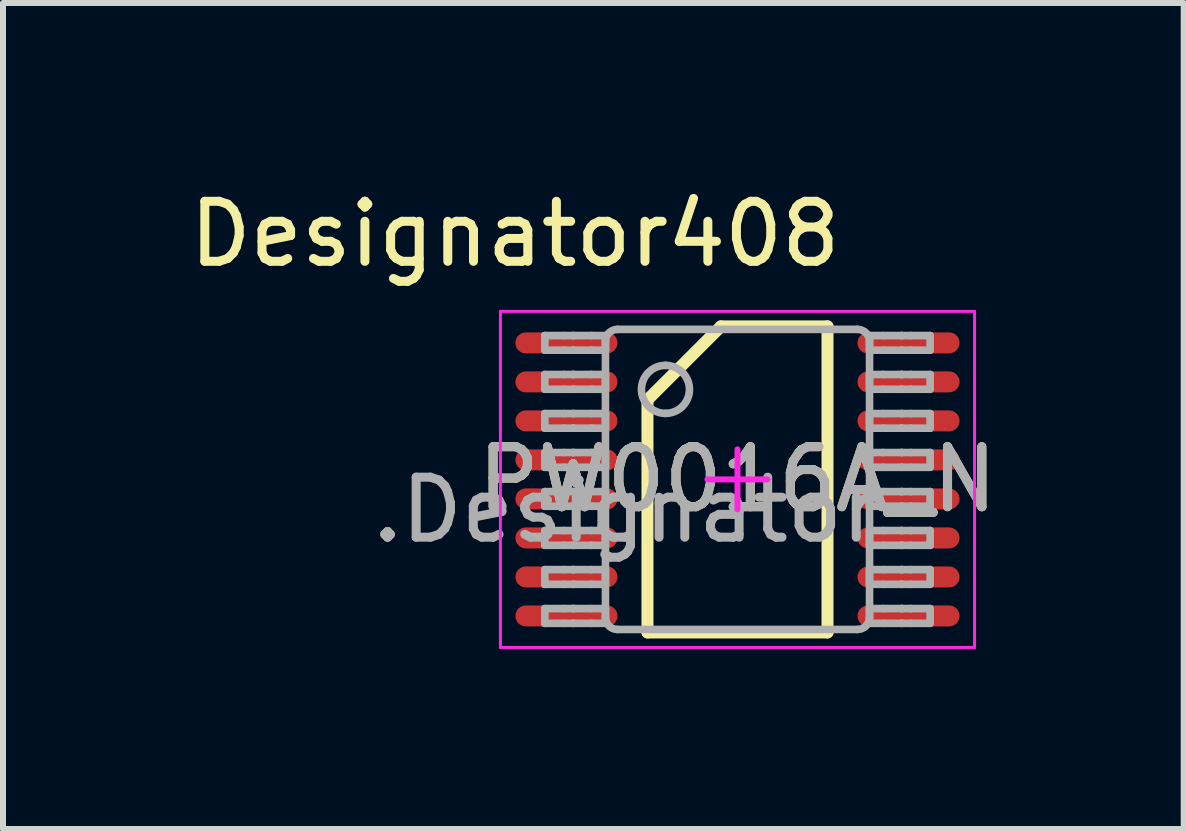
<source format=kicad_pcb>
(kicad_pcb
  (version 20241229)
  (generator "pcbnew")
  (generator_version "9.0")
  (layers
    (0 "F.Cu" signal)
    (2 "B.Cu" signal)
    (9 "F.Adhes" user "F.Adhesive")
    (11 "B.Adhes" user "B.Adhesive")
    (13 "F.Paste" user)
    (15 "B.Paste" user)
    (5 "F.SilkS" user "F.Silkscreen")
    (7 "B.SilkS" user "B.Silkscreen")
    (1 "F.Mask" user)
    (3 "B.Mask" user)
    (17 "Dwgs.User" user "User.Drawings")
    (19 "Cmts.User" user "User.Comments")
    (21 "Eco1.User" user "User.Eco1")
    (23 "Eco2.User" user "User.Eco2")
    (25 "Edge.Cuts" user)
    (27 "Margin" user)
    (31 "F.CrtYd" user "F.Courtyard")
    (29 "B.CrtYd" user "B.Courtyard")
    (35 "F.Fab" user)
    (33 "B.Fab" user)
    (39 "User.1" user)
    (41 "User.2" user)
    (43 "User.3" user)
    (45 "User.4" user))
  (footprint "PW0016A_N"
    (layer "F.Cu")
    (at 9.238 4.938)
    (property "Reference" "PW0016A_N" (at 0 0 0) (unlocked yes) (layer "F.SilkS") (effects (font (size 1 1) (thickness 0.15))))
    (attr smd)
    (fp_line (start -1.5 -1.325) (end -0.275 -2.55) (stroke (width 0.2) (type solid)) (layer "F.SilkS"))
    (fp_line (start -1.5 2.55) (end -1.5 -1.325) (stroke (width 0.2) (type solid)) (layer "F.SilkS"))
    (fp_line (start -1.5 2.55) (end 1.5 2.55) (stroke (width 0.2) (type solid)) (layer "F.SilkS"))
    (fp_line (start -0.275 -2.55) (end 1.5 -2.55) (stroke (width 0.2) (type solid)) (layer "F.SilkS"))
    (fp_line (start 1.5 2.55) (end 1.5 -2.55) (stroke (width 0.2) (type solid)) (layer "F.SilkS"))
    (fp_line (start -3.95 -2.8) (end 3.95 -2.8) (stroke (width 0.05) (type solid)) (layer "F.CrtYd"))
    (fp_line (start -3.95 2.8) (end -3.95 -2.8) (stroke (width 0.05) (type solid)) (layer "F.CrtYd"))
    (fp_line (start -3.95 2.8) (end 3.95 2.8) (stroke (width 0.05) (type solid)) (layer "F.CrtYd"))
    (fp_line (start -0.5 -0.000003) (end 0.5 -0.000003) (stroke (width 0.1) (type solid)) (layer "F.CrtYd"))
    (fp_line (start 0 0.5) (end 0 -0.5) (stroke (width 0.1) (type solid)) (layer "F.CrtYd"))
    (fp_line (start 3.95 2.8) (end 3.95 -2.8) (stroke (width 0.05) (type solid)) (layer "F.CrtYd"))
    (fp_line (start -3.21 -2.397) (end -2.887 -2.397) (stroke (width 0.127) (type solid)) (layer "F.Fab"))
    (fp_line (start -3.21 -2.153) (end -3.21 -2.397) (stroke (width 0.127) (type solid)) (layer "F.Fab"))
    (fp_line (start -3.21 -2.153) (end -2.887 -2.153) (stroke (width 0.127) (type solid)) (layer "F.Fab"))
    (fp_line (start -3.21 -1.748) (end -2.887 -1.748) (stroke (width 0.127) (type solid)) (layer "F.Fab"))
    (fp_line (start -3.21 -1.502) (end -3.21 -1.748) (stroke (width 0.127) (type solid)) (layer "F.Fab"))
    (fp_line (start -3.21 -1.502) (end -2.887 -1.502) (stroke (width 0.127) (type solid)) (layer "F.Fab"))
    (fp_line (start -3.21 -1.097) (end -2.887 -1.097) (stroke (width 0.127) (type solid)) (layer "F.Fab"))
    (fp_line (start -3.21 -0.853) (end -3.21 -1.097) (stroke (width 0.127) (type solid)) (layer "F.Fab"))
    (fp_line (start -3.21 -0.853) (end -2.887 -0.853) (stroke (width 0.127) (type solid)) (layer "F.Fab"))
    (fp_line (start -3.21 -0.448) (end -2.887 -0.448) (stroke (width 0.127) (type solid)) (layer "F.Fab"))
    (fp_line (start -3.21 -0.202) (end -3.21 -0.448) (stroke (width 0.127) (type solid)) (layer "F.Fab"))
    (fp_line (start -3.21 -0.202) (end -2.887 -0.202) (stroke (width 0.127) (type solid)) (layer "F.Fab"))
    (fp_line (start -3.21 0.203) (end -2.887 0.203) (stroke (width 0.127) (type solid)) (layer "F.Fab"))
    (fp_line (start -3.21 0.447) (end -3.21 0.203) (stroke (width 0.127) (type solid)) (layer "F.Fab"))
    (fp_line (start -3.21 0.447) (end -2.887 0.447) (stroke (width 0.127) (type solid)) (layer "F.Fab"))
    (fp_line (start -3.21 0.852) (end -2.887 0.852) (stroke (width 0.127) (type solid)) (layer "F.Fab"))
    (fp_line (start -3.21 1.098) (end -3.21 0.852) (stroke (width 0.127) (type solid)) (layer "F.Fab"))
    (fp_line (start -3.21 1.098) (end -2.887 1.098) (stroke (width 0.127) (type solid)) (layer "F.Fab"))
    (fp_line (start -3.21 1.503) (end -2.887 1.503) (stroke (width 0.127) (type solid)) (layer "F.Fab"))
    (fp_line (start -3.21 1.748) (end -3.21 1.503) (stroke (width 0.127) (type solid)) (layer "F.Fab"))
    (fp_line (start -3.21 1.748) (end -2.887 1.748) (stroke (width 0.127) (type solid)) (layer "F.Fab"))
    (fp_line (start -3.21 2.152) (end -2.887 2.152) (stroke (width 0.127) (type solid)) (layer "F.Fab"))
    (fp_line (start -3.21 2.398) (end -3.21 2.152) (stroke (width 0.127) (type solid)) (layer "F.Fab"))
    (fp_line (start -3.21 2.398) (end -2.887 2.398) (stroke (width 0.127) (type solid)) (layer "F.Fab"))
    (fp_line (start -2.887 -2.397) (end -2.739 -2.397) (stroke (width 0.127) (type solid)) (layer "F.Fab"))
    (fp_line (start -2.887 -2.153) (end -2.739 -2.153) (stroke (width 0.127) (type solid)) (layer "F.Fab"))
    (fp_line (start -2.887 -1.748) (end -2.739 -1.748) (stroke (width 0.127) (type solid)) (layer "F.Fab"))
    (fp_line (start -2.887 -1.502) (end -2.739 -1.502) (stroke (width 0.127) (type solid)) (layer "F.Fab"))
    (fp_line (start -2.887 -1.097) (end -2.739 -1.097) (stroke (width 0.127) (type solid)) (layer "F.Fab"))
    (fp_line (start -2.887 -0.853) (end -2.739 -0.853) (stroke (width 0.127) (type solid)) (layer "F.Fab"))
    (fp_line (start -2.887 -0.448) (end -2.739 -0.448) (stroke (width 0.127) (type solid)) (layer "F.Fab"))
    (fp_line (start -2.887 -0.202) (end -2.739 -0.202) (stroke (width 0.127) (type solid)) (layer "F.Fab"))
    (fp_line (start -2.887 0.203) (end -2.739 0.203) (stroke (width 0.127) (type solid)) (layer "F.Fab"))
    (fp_line (start -2.887 0.447) (end -2.739 0.447) (stroke (width 0.127) (type solid)) (layer "F.Fab"))
    (fp_line (start -2.887 0.852) (end -2.739 0.852) (stroke (width 0.127) (type solid)) (layer "F.Fab"))
    (fp_line (start -2.887 1.098) (end -2.739 1.098) (stroke (width 0.127) (type solid)) (layer "F.Fab"))
    (fp_line (start -2.887 1.503) (end -2.739 1.503) (stroke (width 0.127) (type solid)) (layer "F.Fab"))
    (fp_line (start -2.887 1.748) (end -2.739 1.748) (stroke (width 0.127) (type solid)) (layer "F.Fab"))
    (fp_line (start -2.887 2.152) (end -2.739 2.152) (stroke (width 0.127) (type solid)) (layer "F.Fab"))
    (fp_line (start -2.887 2.398) (end -2.739 2.398) (stroke (width 0.127) (type solid)) (layer "F.Fab"))
    (fp_line (start -2.739 -2.397) (end -2.733 -2.397) (stroke (width 0.127) (type solid)) (layer "F.Fab"))
    (fp_line (start -2.739 -2.153) (end -2.733 -2.153) (stroke (width 0.127) (type solid)) (layer "F.Fab"))
    (fp_line (start -2.739 -1.748) (end -2.733 -1.748) (stroke (width 0.127) (type solid)) (layer "F.Fab"))
    (fp_line (start -2.739 -1.502) (end -2.733 -1.502) (stroke (width 0.127) (type solid)) (layer "F.Fab"))
    (fp_line (start -2.739 -1.097) (end -2.733 -1.097) (stroke (width 0.127) (type solid)) (layer "F.Fab"))
    (fp_line (start -2.739 -0.853) (end -2.733 -0.853) (stroke (width 0.127) (type solid)) (layer "F.Fab"))
    (fp_line (start -2.739 -0.448) (end -2.733 -0.448) (stroke (width 0.127) (type solid)) (layer "F.Fab"))
    (fp_line (start -2.739 -0.202) (end -2.733 -0.202) (stroke (width 0.127) (type solid)) (layer "F.Fab"))
    (fp_line (start -2.739 0.203) (end -2.733 0.203) (stroke (width 0.127) (type solid)) (layer "F.Fab"))
    (fp_line (start -2.739 0.447) (end -2.733 0.447) (stroke (width 0.127) (type solid)) (layer "F.Fab"))
    (fp_line (start -2.739 0.852) (end -2.733 0.852) (stroke (width 0.127) (type solid)) (layer "F.Fab"))
    (fp_line (start -2.739 1.098) (end -2.733 1.098) (stroke (width 0.127) (type solid)) (layer "F.Fab"))
    (fp_line (start -2.739 1.503) (end -2.733 1.503) (stroke (width 0.127) (type solid)) (layer "F.Fab"))
    (fp_line (start -2.739 1.748) (end -2.733 1.748) (stroke (width 0.127) (type solid)) (layer "F.Fab"))
    (fp_line (start -2.739 2.152) (end -2.733 2.152) (stroke (width 0.127) (type solid)) (layer "F.Fab"))
    (fp_line (start -2.739 2.398) (end -2.733 2.398) (stroke (width 0.127) (type solid)) (layer "F.Fab"))
    (fp_line (start -2.733 -2.397) (end -2.431 -2.397) (stroke (width 0.127) (type solid)) (layer "F.Fab"))
    (fp_line (start -2.733 -2.153) (end -2.431 -2.153) (stroke (width 0.127) (type solid)) (layer "F.Fab"))
    (fp_line (start -2.733 -1.748) (end -2.431 -1.748) (stroke (width 0.127) (type solid)) (layer "F.Fab"))
    (fp_line (start -2.733 -1.502) (end -2.431 -1.502) (stroke (width 0.127) (type solid)) (layer "F.Fab"))
    (fp_line (start -2.733 -1.097) (end -2.431 -1.097) (stroke (width 0.127) (type solid)) (layer "F.Fab"))
    (fp_line (start -2.733 -0.853) (end -2.431 -0.853) (stroke (width 0.127) (type solid)) (layer "F.Fab"))
    (fp_line (start -2.733 -0.448) (end -2.431 -0.448) (stroke (width 0.127) (type solid)) (layer "F.Fab"))
    (fp_line (start -2.733 -0.202) (end -2.431 -0.202) (stroke (width 0.127) (type solid)) (layer "F.Fab"))
    (fp_line (start -2.733 0.203) (end -2.431 0.203) (stroke (width 0.127) (type solid)) (layer "F.Fab"))
    (fp_line (start -2.733 0.447) (end -2.431 0.447) (stroke (width 0.127) (type solid)) (layer "F.Fab"))
    (fp_line (start -2.733 0.852) (end -2.431 0.852) (stroke (width 0.127) (type solid)) (layer "F.Fab"))
    (fp_line (start -2.733 1.098) (end -2.431 1.098) (stroke (width 0.127) (type solid)) (layer "F.Fab"))
    (fp_line (start -2.733 1.503) (end -2.431 1.503) (stroke (width 0.127) (type solid)) (layer "F.Fab"))
    (fp_line (start -2.733 1.748) (end -2.431 1.748) (stroke (width 0.127) (type solid)) (layer "F.Fab"))
    (fp_line (start -2.733 2.152) (end -2.431 2.152) (stroke (width 0.127) (type solid)) (layer "F.Fab"))
    (fp_line (start -2.733 2.398) (end -2.431 2.398) (stroke (width 0.127) (type solid)) (layer "F.Fab"))
    (fp_line (start -2.431 -2.397) (end -2.2 -2.397) (stroke (width 0.127) (type solid)) (layer "F.Fab"))
    (fp_line (start -2.431 -2.153) (end -2.2 -2.153) (stroke (width 0.127) (type solid)) (layer "F.Fab"))
    (fp_line (start -2.431 -1.748) (end -2.2 -1.748) (stroke (width 0.127) (type solid)) (layer "F.Fab"))
    (fp_line (start -2.431 -1.502) (end -2.2 -1.502) (stroke (width 0.127) (type solid)) (layer "F.Fab"))
    (fp_line (start -2.431 -1.097) (end -2.2 -1.097) (stroke (width 0.127) (type solid)) (layer "F.Fab"))
    (fp_line (start -2.431 -0.853) (end -2.2 -0.853) (stroke (width 0.127) (type solid)) (layer "F.Fab"))
    (fp_line (start -2.431 -0.448) (end -2.2 -0.448) (stroke (width 0.127) (type solid)) (layer "F.Fab"))
    (fp_line (start -2.431 -0.202) (end -2.2 -0.202) (stroke (width 0.127) (type solid)) (layer "F.Fab"))
    (fp_line (start -2.431 0.203) (end -2.2 0.203) (stroke (width 0.127) (type solid)) (layer "F.Fab"))
    (fp_line (start -2.431 0.447) (end -2.2 0.447) (stroke (width 0.127) (type solid)) (layer "F.Fab"))
    (fp_line (start -2.431 0.852) (end -2.2 0.852) (stroke (width 0.127) (type solid)) (layer "F.Fab"))
    (fp_line (start -2.431 1.098) (end -2.2 1.098) (stroke (width 0.127) (type solid)) (layer "F.Fab"))
    (fp_line (start -2.431 1.503) (end -2.2 1.503) (stroke (width 0.127) (type solid)) (layer "F.Fab"))
    (fp_line (start -2.431 1.748) (end -2.2 1.748) (stroke (width 0.127) (type solid)) (layer "F.Fab"))
    (fp_line (start -2.431 2.152) (end -2.2 2.152) (stroke (width 0.127) (type solid)) (layer "F.Fab"))
    (fp_line (start -2.431 2.398) (end -2.2 2.398) (stroke (width 0.127) (type solid)) (layer "F.Fab"))
    (fp_line (start -2.2 -2.153) (end -2.2 -2.397) (stroke (width 0.127) (type solid)) (layer "F.Fab"))
    (fp_line (start -2.2 -1.502) (end -2.2 -1.748) (stroke (width 0.127) (type solid)) (layer "F.Fab"))
    (fp_line (start -2.2 -0.853) (end -2.2 -1.097) (stroke (width 0.127) (type solid)) (layer "F.Fab"))
    (fp_line (start -2.2 -0.202) (end -2.2 -0.448) (stroke (width 0.127) (type solid)) (layer "F.Fab"))
    (fp_line (start -2.2 0.447) (end -2.2 0.203) (stroke (width 0.127) (type solid)) (layer "F.Fab"))
    (fp_line (start -2.2 1.098) (end -2.2 0.852) (stroke (width 0.127) (type solid)) (layer "F.Fab"))
    (fp_line (start -2.2 1.748) (end -2.2 1.503) (stroke (width 0.127) (type solid)) (layer "F.Fab"))
    (fp_line (start -2.2 2.3) (end -2.2 -2.3) (stroke (width 0.127) (type solid)) (layer "F.Fab"))
    (fp_line (start -2.2 2.398) (end -2.2 2.152) (stroke (width 0.127) (type solid)) (layer "F.Fab"))
    (fp_line (start -2 -2.5) (end 2 -2.5) (stroke (width 0.127) (type solid)) (layer "F.Fab"))
    (fp_line (start -2 2.5) (end 2 2.5) (stroke (width 0.127) (type solid)) (layer "F.Fab"))
    (fp_line (start 2.2 -2.397) (end 2.43 -2.397) (stroke (width 0.127) (type solid)) (layer "F.Fab"))
    (fp_line (start 2.2 -2.153) (end 2.2 -2.397) (stroke (width 0.127) (type solid)) (layer "F.Fab"))
    (fp_line (start 2.2 -2.153) (end 2.43 -2.153) (stroke (width 0.127) (type solid)) (layer "F.Fab"))
    (fp_line (start 2.2 -1.748) (end 2.43 -1.748) (stroke (width 0.127) (type solid)) (layer "F.Fab"))
    (fp_line (start 2.2 -1.502) (end 2.2 -1.748) (stroke (width 0.127) (type solid)) (layer "F.Fab"))
    (fp_line (start 2.2 -1.502) (end 2.43 -1.502) (stroke (width 0.127) (type solid)) (layer "F.Fab"))
    (fp_line (start 2.2 -1.097) (end 2.43 -1.097) (stroke (width 0.127) (type solid)) (layer "F.Fab"))
    (fp_line (start 2.2 -0.853) (end 2.2 -1.097) (stroke (width 0.127) (type solid)) (layer "F.Fab"))
    (fp_line (start 2.2 -0.853) (end 2.43 -0.853) (stroke (width 0.127) (type solid)) (layer "F.Fab"))
    (fp_line (start 2.2 -0.448) (end 2.43 -0.448) (stroke (width 0.127) (type solid)) (layer "F.Fab"))
    (fp_line (start 2.2 -0.202) (end 2.2 -0.448) (stroke (width 0.127) (type solid)) (layer "F.Fab"))
    (fp_line (start 2.2 -0.202) (end 2.43 -0.202) (stroke (width 0.127) (type solid)) (layer "F.Fab"))
    (fp_line (start 2.2 0.203) (end 2.43 0.203) (stroke (width 0.127) (type solid)) (layer "F.Fab"))
    (fp_line (start 2.2 0.447) (end 2.2 0.203) (stroke (width 0.127) (type solid)) (layer "F.Fab"))
    (fp_line (start 2.2 0.447) (end 2.43 0.447) (stroke (width 0.127) (type solid)) (layer "F.Fab"))
    (fp_line (start 2.2 0.852) (end 2.43 0.852) (stroke (width 0.127) (type solid)) (layer "F.Fab"))
    (fp_line (start 2.2 1.098) (end 2.2 0.852) (stroke (width 0.127) (type solid)) (layer "F.Fab"))
    (fp_line (start 2.2 1.098) (end 2.43 1.098) (stroke (width 0.127) (type solid)) (layer "F.Fab"))
    (fp_line (start 2.2 1.503) (end 2.43 1.503) (stroke (width 0.127) (type solid)) (layer "F.Fab"))
    (fp_line (start 2.2 1.748) (end 2.2 1.503) (stroke (width 0.127) (type solid)) (layer "F.Fab"))
    (fp_line (start 2.2 1.748) (end 2.43 1.748) (stroke (width 0.127) (type solid)) (layer "F.Fab"))
    (fp_line (start 2.2 2.152) (end 2.43 2.152) (stroke (width 0.127) (type solid)) (layer "F.Fab"))
    (fp_line (start 2.2 2.3) (end 2.2 -2.3) (stroke (width 0.127) (type solid)) (layer "F.Fab"))
    (fp_line (start 2.2 2.398) (end 2.2 2.152) (stroke (width 0.127) (type solid)) (layer "F.Fab"))
    (fp_line (start 2.2 2.398) (end 2.43 2.398) (stroke (width 0.127) (type solid)) (layer "F.Fab"))
    (fp_line (start 2.43 -2.397) (end 2.733 -2.397) (stroke (width 0.127) (type solid)) (layer "F.Fab"))
    (fp_line (start 2.43 -2.153) (end 2.733 -2.153) (stroke (width 0.127) (type solid)) (layer "F.Fab"))
    (fp_line (start 2.43 -1.748) (end 2.733 -1.748) (stroke (width 0.127) (type solid)) (layer "F.Fab"))
    (fp_line (start 2.43 -1.502) (end 2.733 -1.502) (stroke (width 0.127) (type solid)) (layer "F.Fab"))
    (fp_line (start 2.43 -1.097) (end 2.733 -1.097) (stroke (width 0.127) (type solid)) (layer "F.Fab"))
    (fp_line (start 2.43 -0.853) (end 2.733 -0.853) (stroke (width 0.127) (type solid)) (layer "F.Fab"))
    (fp_line (start 2.43 -0.448) (end 2.733 -0.448) (stroke (width 0.127) (type solid)) (layer "F.Fab"))
    (fp_line (start 2.43 -0.202) (end 2.733 -0.202) (stroke (width 0.127) (type solid)) (layer "F.Fab"))
    (fp_line (start 2.43 0.203) (end 2.733 0.203) (stroke (width 0.127) (type solid)) (layer "F.Fab"))
    (fp_line (start 2.43 0.447) (end 2.733 0.447) (stroke (width 0.127) (type solid)) (layer "F.Fab"))
    (fp_line (start 2.43 0.852) (end 2.733 0.852) (stroke (width 0.127) (type solid)) (layer "F.Fab"))
    (fp_line (start 2.43 1.098) (end 2.733 1.098) (stroke (width 0.127) (type solid)) (layer "F.Fab"))
    (fp_line (start 2.43 1.503) (end 2.733 1.503) (stroke (width 0.127) (type solid)) (layer "F.Fab"))
    (fp_line (start 2.43 1.748) (end 2.733 1.748) (stroke (width 0.127) (type solid)) (layer "F.Fab"))
    (fp_line (start 2.43 2.152) (end 2.733 2.152) (stroke (width 0.127) (type solid)) (layer "F.Fab"))
    (fp_line (start 2.43 2.398) (end 2.733 2.398) (stroke (width 0.127) (type solid)) (layer "F.Fab"))
    (fp_line (start 2.733 -2.397) (end 2.739 -2.397) (stroke (width 0.127) (type solid)) (layer "F.Fab"))
    (fp_line (start 2.733 -2.153) (end 2.739 -2.153) (stroke (width 0.127) (type solid)) (layer "F.Fab"))
    (fp_line (start 2.733 -1.748) (end 2.739 -1.748) (stroke (width 0.127) (type solid)) (layer "F.Fab"))
    (fp_line (start 2.733 -1.502) (end 2.739 -1.502) (stroke (width 0.127) (type solid)) (layer "F.Fab"))
    (fp_line (start 2.733 -1.097) (end 2.739 -1.097) (stroke (width 0.127) (type solid)) (layer "F.Fab"))
    (fp_line (start 2.733 -0.853) (end 2.739 -0.853) (stroke (width 0.127) (type solid)) (layer "F.Fab"))
    (fp_line (start 2.733 -0.448) (end 2.739 -0.448) (stroke (width 0.127) (type solid)) (layer "F.Fab"))
    (fp_line (start 2.733 -0.202) (end 2.739 -0.202) (stroke (width 0.127) (type solid)) (layer "F.Fab"))
    (fp_line (start 2.733 0.203) (end 2.739 0.203) (stroke (width 0.127) (type solid)) (layer "F.Fab"))
    (fp_line (start 2.733 0.447) (end 2.739 0.447) (stroke (width 0.127) (type solid)) (layer "F.Fab"))
    (fp_line (start 2.733 0.852) (end 2.739 0.852) (stroke (width 0.127) (type solid)) (layer "F.Fab"))
    (fp_line (start 2.733 1.098) (end 2.739 1.098) (stroke (width 0.127) (type solid)) (layer "F.Fab"))
    (fp_line (start 2.733 1.503) (end 2.739 1.503) (stroke (width 0.127) (type solid)) (layer "F.Fab"))
    (fp_line (start 2.733 1.748) (end 2.739 1.748) (stroke (width 0.127) (type solid)) (layer "F.Fab"))
    (fp_line (start 2.733 2.152) (end 2.739 2.152) (stroke (width 0.127) (type solid)) (layer "F.Fab"))
    (fp_line (start 2.733 2.398) (end 2.739 2.398) (stroke (width 0.127) (type solid)) (layer "F.Fab"))
    (fp_line (start 2.739 -2.397) (end 2.887 -2.397) (stroke (width 0.127) (type solid)) (layer "F.Fab"))
    (fp_line (start 2.739 -2.153) (end 2.887 -2.153) (stroke (width 0.127) (type solid)) (layer "F.Fab"))
    (fp_line (start 2.739 -1.748) (end 2.887 -1.748) (stroke (width 0.127) (type solid)) (layer "F.Fab"))
    (fp_line (start 2.739 -1.502) (end 2.887 -1.502) (stroke (width 0.127) (type solid)) (layer "F.Fab"))
    (fp_line (start 2.739 -1.097) (end 2.887 -1.097) (stroke (width 0.127) (type solid)) (layer "F.Fab"))
    (fp_line (start 2.739 -0.853) (end 2.887 -0.853) (stroke (width 0.127) (type solid)) (layer "F.Fab"))
    (fp_line (start 2.739 -0.448) (end 2.887 -0.448) (stroke (width 0.127) (type solid)) (layer "F.Fab"))
    (fp_line (start 2.739 -0.202) (end 2.887 -0.202) (stroke (width 0.127) (type solid)) (layer "F.Fab"))
    (fp_line (start 2.739 0.203) (end 2.887 0.203) (stroke (width 0.127) (type solid)) (layer "F.Fab"))
    (fp_line (start 2.739 0.447) (end 2.887 0.447) (stroke (width 0.127) (type solid)) (layer "F.Fab"))
    (fp_line (start 2.739 0.852) (end 2.887 0.852) (stroke (width 0.127) (type solid)) (layer "F.Fab"))
    (fp_line (start 2.739 1.098) (end 2.887 1.098) (stroke (width 0.127) (type solid)) (layer "F.Fab"))
    (fp_line (start 2.739 1.503) (end 2.887 1.503) (stroke (width 0.127) (type solid)) (layer "F.Fab"))
    (fp_line (start 2.739 1.748) (end 2.887 1.748) (stroke (width 0.127) (type solid)) (layer "F.Fab"))
    (fp_line (start 2.739 2.152) (end 2.887 2.152) (stroke (width 0.127) (type solid)) (layer "F.Fab"))
    (fp_line (start 2.739 2.398) (end 2.887 2.398) (stroke (width 0.127) (type solid)) (layer "F.Fab"))
    (fp_line (start 2.887 -2.397) (end 3.21 -2.397) (stroke (width 0.127) (type solid)) (layer "F.Fab"))
    (fp_line (start 2.887 -2.153) (end 3.21 -2.153) (stroke (width 0.127) (type solid)) (layer "F.Fab"))
    (fp_line (start 2.887 -1.748) (end 3.21 -1.748) (stroke (width 0.127) (type solid)) (layer "F.Fab"))
    (fp_line (start 2.887 -1.502) (end 3.21 -1.502) (stroke (width 0.127) (type solid)) (layer "F.Fab"))
    (fp_line (start 2.887 -1.097) (end 3.21 -1.097) (stroke (width 0.127) (type solid)) (layer "F.Fab"))
    (fp_line (start 2.887 -0.853) (end 3.21 -0.853) (stroke (width 0.127) (type solid)) (layer "F.Fab"))
    (fp_line (start 2.887 -0.448) (end 3.21 -0.448) (stroke (width 0.127) (type solid)) (layer "F.Fab"))
    (fp_line (start 2.887 -0.202) (end 3.21 -0.202) (stroke (width 0.127) (type solid)) (layer "F.Fab"))
    (fp_line (start 2.887 0.203) (end 3.21 0.203) (stroke (width 0.127) (type solid)) (layer "F.Fab"))
    (fp_line (start 2.887 0.447) (end 3.21 0.447) (stroke (width 0.127) (type solid)) (layer "F.Fab"))
    (fp_line (start 2.887 0.852) (end 3.21 0.852) (stroke (width 0.127) (type solid)) (layer "F.Fab"))
    (fp_line (start 2.887 1.098) (end 3.21 1.098) (stroke (width 0.127) (type solid)) (layer "F.Fab"))
    (fp_line (start 2.887 1.503) (end 3.21 1.503) (stroke (width 0.127) (type solid)) (layer "F.Fab"))
    (fp_line (start 2.887 1.748) (end 3.21 1.748) (stroke (width 0.127) (type solid)) (layer "F.Fab"))
    (fp_line (start 2.887 2.152) (end 3.21 2.152) (stroke (width 0.127) (type solid)) (layer "F.Fab"))
    (fp_line (start 2.887 2.398) (end 3.21 2.398) (stroke (width 0.127) (type solid)) (layer "F.Fab"))
    (fp_line (start 3.21 -2.153) (end 3.21 -2.397) (stroke (width 0.127) (type solid)) (layer "F.Fab"))
    (fp_line (start 3.21 -1.502) (end 3.21 -1.748) (stroke (width 0.127) (type solid)) (layer "F.Fab"))
    (fp_line (start 3.21 -0.853) (end 3.21 -1.097) (stroke (width 0.127) (type solid)) (layer "F.Fab"))
    (fp_line (start 3.21 -0.202) (end 3.21 -0.448) (stroke (width 0.127) (type solid)) (layer "F.Fab"))
    (fp_line (start 3.21 0.447) (end 3.21 0.203) (stroke (width 0.127) (type solid)) (layer "F.Fab"))
    (fp_line (start 3.21 1.098) (end 3.21 0.852) (stroke (width 0.127) (type solid)) (layer "F.Fab"))
    (fp_line (start 3.21 1.748) (end 3.21 1.503) (stroke (width 0.127) (type solid)) (layer "F.Fab"))
    (fp_line (start 3.21 2.398) (end 3.21 2.152) (stroke (width 0.127) (type solid)) (layer "F.Fab"))
    (fp_arc (start -2.200001 -2.3) (mid -2.141422 -2.441421) (end -2.000001 -2.5) (stroke (width 0.127) (type solid)) (layer "F.Fab"))
    (fp_arc (start -2.000001 2.500015) (mid -2.141422 2.441437) (end -2.200001 2.300016) (stroke (width 0.127) (type solid)) (layer "F.Fab"))
    (fp_arc (start -1.200003 -1.900001) (mid -0.800003 -1.500002) (end -1.200003 -1.100003) (stroke (width 0.127) (type solid)) (layer "F.Fab"))
    (fp_arc (start -1.200003 -1.100003) (mid -1.600002 -1.500002) (end -1.200003 -1.900001) (stroke (width 0.127) (type solid)) (layer "F.Fab"))
    (fp_arc (start 1.999991 -2.5) (mid 2.141412 -2.441422) (end 2.199991 -2.3) (stroke (width 0.127) (type solid)) (layer "F.Fab"))
    (fp_arc (start 2.199991 2.300016) (mid 2.141412 2.441437) (end 1.999991 2.500015) (stroke (width 0.127) (type solid)) (layer "F.Fab"))
    (fp_text user "Designator408" (at -3.708 -4.089 0) (unlocked yes) (layer "F.SilkS") (effects (font (size 1 1) (thickness 0.15))))
    (fp_text user "${REFERENCE}" (at 0 0 0) (unlocked yes) (layer "F.Fab") (effects (font (size 1 1) (thickness 0.15))))
    (fp_text user ".Designator" (at -1.854 0.508 0) (unlocked yes) (layer "F.Fab") (effects (font (size 1 1) (thickness 0.15))))
    (pad "1" smd oval (at -2.85 -2.275 90) (size 0.35 1.7) (layers "F.Cu" "F.Mask" "F.Paste"))
    (pad "2" smd oval (at -2.85 -1.625 90) (size 0.35 1.7) (layers "F.Cu" "F.Mask" "F.Paste"))
    (pad "3" smd oval (at -2.85 -0.975 90) (size 0.35 1.7) (layers "F.Cu" "F.Mask" "F.Paste"))
    (pad "4" smd oval (at -2.85 -0.325 90) (size 0.35 1.7) (layers "F.Cu" "F.Mask" "F.Paste"))
    (pad "5" smd oval (at -2.85 0.325 90) (size 0.35 1.7) (layers "F.Cu" "F.Mask" "F.Paste"))
    (pad "6" smd oval (at -2.85 0.975 90) (size 0.35 1.7) (layers "F.Cu" "F.Mask" "F.Paste"))
    (pad "7" smd oval (at -2.85 1.625 90) (size 0.35 1.7) (layers "F.Cu" "F.Mask" "F.Paste"))
    (pad "8" smd oval (at -2.85 2.275 90) (size 0.35 1.7) (layers "F.Cu" "F.Mask" "F.Paste"))
    (pad "9" smd oval (at 2.85 2.275 90) (size 0.35 1.7) (layers "F.Cu" "F.Mask" "F.Paste"))
    (pad "10" smd oval (at 2.85 1.625 90) (size 0.35 1.7) (layers "F.Cu" "F.Mask" "F.Paste"))
    (pad "11" smd oval (at 2.85 0.975 90) (size 0.35 1.7) (layers "F.Cu" "F.Mask" "F.Paste"))
    (pad "12" smd oval (at 2.85 0.325 90) (size 0.35 1.7) (layers "F.Cu" "F.Mask" "F.Paste"))
    (pad "13" smd oval (at 2.85 -0.325 90) (size 0.35 1.7) (layers "F.Cu" "F.Mask" "F.Paste"))
    (pad "14" smd oval (at 2.85 -0.975 90) (size 0.35 1.7) (layers "F.Cu" "F.Mask" "F.Paste"))
    (pad "15" smd oval (at 2.85 -1.625 90) (size 0.35 1.7) (layers "F.Cu" "F.Mask" "F.Paste"))
    (pad "16" smd oval (at 2.85 -2.275 90) (size 0.35 1.7) (layers "F.Cu" "F.Mask" "F.Paste")))
  (gr_rect
    (start -3 -3)
    (end 16.673 10.763)
    (stroke (width 0.1) (type default))
    (fill no)
    (layer "Edge.Cuts")))
</source>
